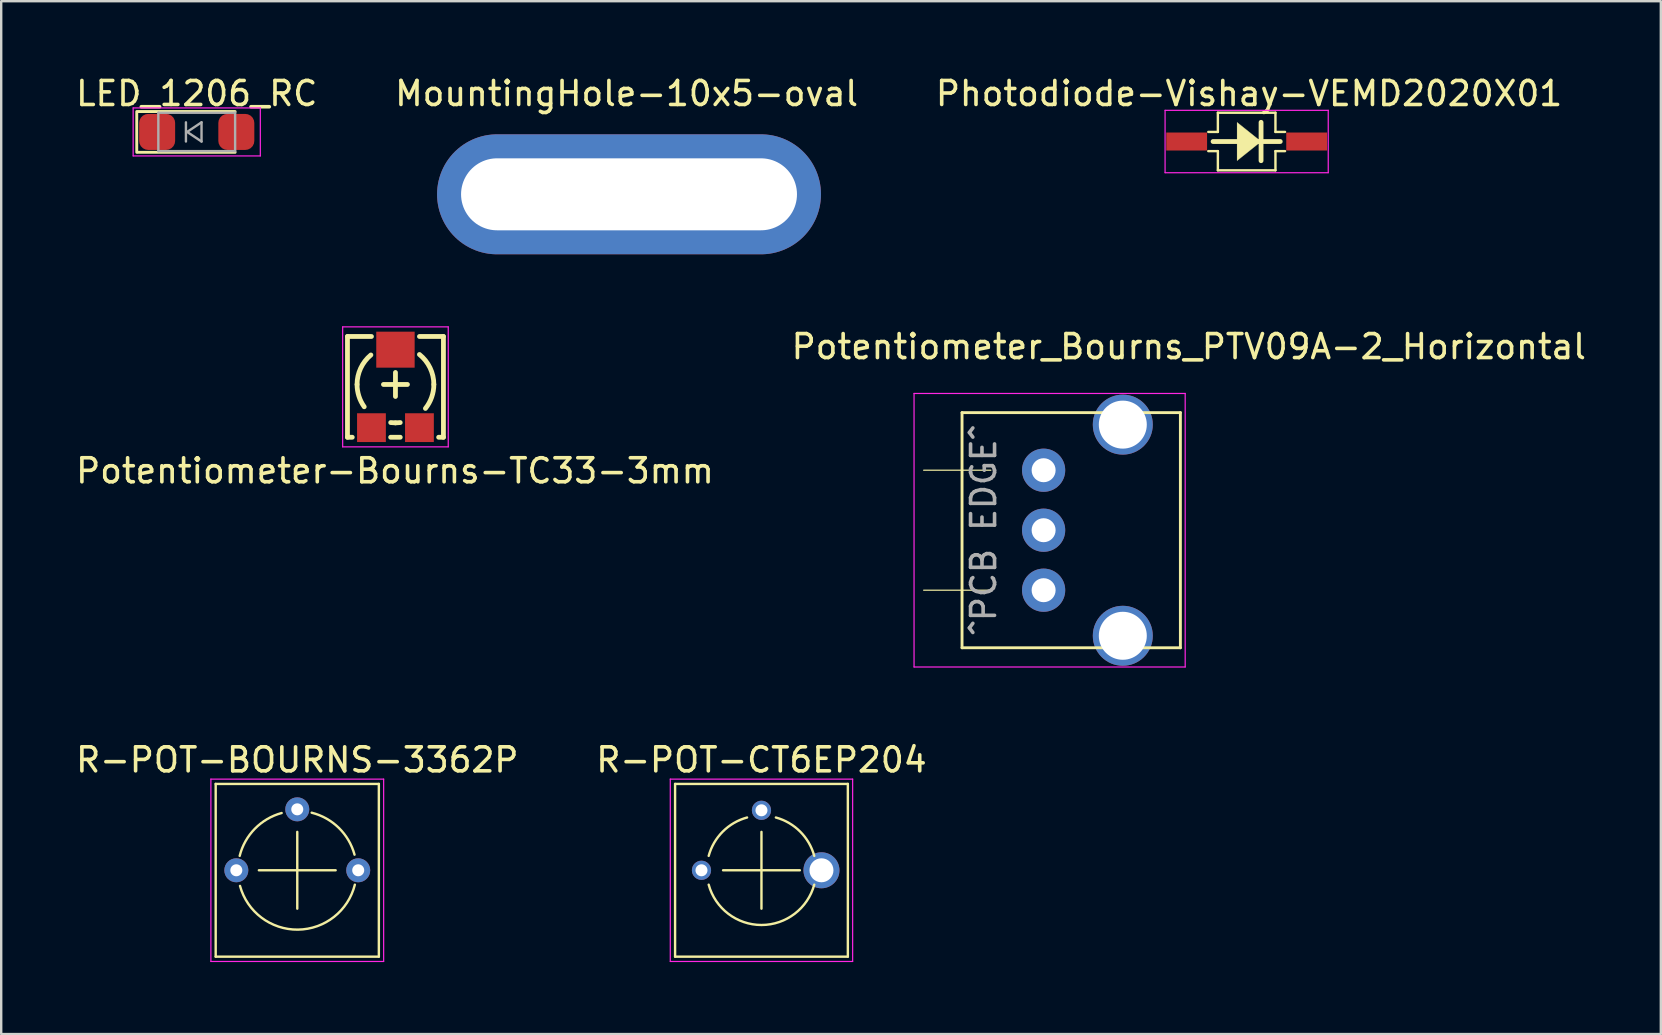
<source format=kicad_pcb>
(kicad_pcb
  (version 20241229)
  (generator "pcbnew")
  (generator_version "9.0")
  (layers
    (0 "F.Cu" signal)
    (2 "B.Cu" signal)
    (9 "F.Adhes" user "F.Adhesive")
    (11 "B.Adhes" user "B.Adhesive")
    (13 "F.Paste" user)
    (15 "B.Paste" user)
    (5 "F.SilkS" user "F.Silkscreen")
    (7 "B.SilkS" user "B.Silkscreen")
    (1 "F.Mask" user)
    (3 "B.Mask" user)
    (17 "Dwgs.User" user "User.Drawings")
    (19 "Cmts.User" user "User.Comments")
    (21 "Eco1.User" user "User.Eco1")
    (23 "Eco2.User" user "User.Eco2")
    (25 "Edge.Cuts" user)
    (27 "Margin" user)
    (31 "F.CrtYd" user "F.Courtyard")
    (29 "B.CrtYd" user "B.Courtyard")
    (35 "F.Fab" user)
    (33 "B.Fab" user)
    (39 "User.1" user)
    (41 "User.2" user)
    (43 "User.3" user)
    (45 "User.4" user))
  (footprint "MountingHole-10x5-oval"
    (layer "F.Cu")
    (at 23.065 5.048)
    (property "Reference" "MountingHole-10x5-oval" (at 0 -4.2 0) (layer "F.SilkS") (effects (font (size 1 1) (thickness 0.15))))
    (attr through_hole)
    (pad "" np_thru_hole oval (at 0.1 0) (size 16 5) (drill oval 14 3) (layers "*.Cu" "*.Mask")))
  (footprint "Photodiode-Vishay-VEMD2020X01"
    (layer "F.Cu")
    (at 48.906 2.848)
    (property "Reference" "Photodiode-Vishay-VEMD2020X01" (at 0.1 -2 0) (layer "F.SilkS") (effects (font (size 1 1) (thickness 0.15))))
    (attr through_hole)
    (fp_line (start -1.6 0.4) (end -1.2 0.4) (stroke (width 0.1) (type solid)) (layer "F.SilkS"))
    (fp_line (start -1.4 0) (end 1.4 0) (stroke (width 0.2) (type solid)) (layer "F.SilkS"))
    (fp_line (start -1.2 -1.2) (end -1.2 -0.4) (stroke (width 0.1) (type solid)) (layer "F.SilkS"))
    (fp_line (start -1.2 -0.4) (end -1.6 -0.4) (stroke (width 0.1) (type solid)) (layer "F.SilkS"))
    (fp_line (start -1.2 0.4) (end -1.2 1.2) (stroke (width 0.1) (type solid)) (layer "F.SilkS"))
    (fp_line (start -1.2 1.2) (end 1.2 1.2) (stroke (width 0.1) (type solid)) (layer "F.SilkS"))
    (fp_line (start 0.6 -0.8) (end 0.6 0.8) (stroke (width 0.2) (type solid)) (layer "F.SilkS"))
    (fp_line (start 1.2 -1.2) (end -1.2 -1.2) (stroke (width 0.1) (type solid)) (layer "F.SilkS"))
    (fp_line (start 1.2 -0.4) (end 1.2 -1.2) (stroke (width 0.1) (type solid)) (layer "F.SilkS"))
    (fp_line (start 1.2 0.4) (end 1.6 0.4) (stroke (width 0.1) (type solid)) (layer "F.SilkS"))
    (fp_line (start 1.2 1.2) (end 1.2 0.4) (stroke (width 0.1) (type solid)) (layer "F.SilkS"))
    (fp_line (start 1.6 -0.4) (end 1.2 -0.4) (stroke (width 0.1) (type solid)) (layer "F.SilkS"))
    (fp_poly (pts (xy 0.6 0) (xy -0.4 -0.8) (xy -0.4 0.8)) (stroke (width 0.01) (type solid)) (fill yes) (layer "F.SilkS"))
    (fp_line (start -3.4 -1.3) (end -3.4 1.3) (stroke (width 0.05) (type solid)) (layer "F.CrtYd"))
    (fp_line (start -3.4 1.3) (end 3.4 1.3) (stroke (width 0.05) (type solid)) (layer "F.CrtYd"))
    (fp_line (start 3.4 -1.3) (end -3.4 -1.3) (stroke (width 0.05) (type solid)) (layer "F.CrtYd"))
    (fp_line (start 3.4 1.3) (end 3.4 -1.3) (stroke (width 0.05) (type solid)) (layer "F.CrtYd"))
    (pad "1" smd rect (at 2.5 0) (size 1.7 0.75) (layers "F.Cu" "F.Mask" "F.Paste"))
    (pad "2" smd rect (at -2.5 0) (size 1.7 0.75) (layers "F.Cu" "F.Mask" "F.Paste")))
  (footprint "LED_1206_RC"
    (layer "F.Cu")
    (at 5.149 2.448)
    (property "Reference" "LED_1206_RC" (at 0 -1.6 0) (layer "F.SilkS") (effects (font (size 1 1) (thickness 0.15))))
    (attr smd)
    (fp_line (start -2.5 -0.85) (end -2.5 0.85) (stroke (width 0.12) (type solid)) (layer "F.SilkS"))
    (fp_line (start -2.45 -0.85) (end 1.6 -0.85) (stroke (width 0.12) (type solid)) (layer "F.SilkS"))
    (fp_line (start -2.45 0.85) (end 1.6 0.85) (stroke (width 0.12) (type solid)) (layer "F.SilkS"))
    (fp_line (start -2.65 -1) (end 2.65 -1) (stroke (width 0.05) (type solid)) (layer "F.CrtYd"))
    (fp_line (start -2.65 1) (end -2.65 -1) (stroke (width 0.05) (type solid)) (layer "F.CrtYd"))
    (fp_line (start 2.65 -1) (end 2.65 1) (stroke (width 0.05) (type solid)) (layer "F.CrtYd"))
    (fp_line (start 2.65 1) (end -2.65 1) (stroke (width 0.05) (type solid)) (layer "F.CrtYd"))
    (fp_line (start -1.6 -0.8) (end 1.6 -0.8) (stroke (width 0.1) (type solid)) (layer "F.Fab"))
    (fp_line (start -1.6 0.8) (end -1.6 -0.8) (stroke (width 0.1) (type solid)) (layer "F.Fab"))
    (fp_line (start -0.45 -0.4) (end -0.45 0.4) (stroke (width 0.1) (type solid)) (layer "F.Fab"))
    (fp_line (start -0.4 0) (end 0.2 -0.4) (stroke (width 0.1) (type solid)) (layer "F.Fab"))
    (fp_line (start 0.2 -0.4) (end 0.2 0.4) (stroke (width 0.1) (type solid)) (layer "F.Fab"))
    (fp_line (start 0.2 0.4) (end -0.4 0) (stroke (width 0.1) (type solid)) (layer "F.Fab"))
    (fp_line (start 1.6 -0.8) (end 1.6 0.8) (stroke (width 0.1) (type solid)) (layer "F.Fab"))
    (fp_line (start 1.6 0.8) (end -1.6 0.8) (stroke (width 0.1) (type solid)) (layer "F.Fab"))
    (pad "1" smd roundrect (at -1.65 0 180) (size 1.5 1.5) (layers "F.Cu" "F.Mask" "F.Paste") (roundrect_rratio 0.25))
    (pad "2" smd roundrect (at 1.65 0 180) (size 1.5 1.5) (layers "F.Cu" "F.Mask" "F.Paste") (roundrect_rratio 0.25)))
  (footprint "Potentiometer-Bourns-TC33-3mm"
    (layer "F.Cu")
    (at 13.431 12.973)
    (property "Reference" "Potentiometer-Bourns-TC33-3mm" (at -0.02 3.6 0) (layer "F.SilkS") (effects (font (size 1 1) (thickness 0.15))))
    (attr through_hole)
    (fp_line (start -2 -2) (end -2 2.2) (stroke (width 0.2) (type solid)) (layer "F.SilkS"))
    (fp_line (start -2 2.2) (end -1.8 2.2) (stroke (width 0.2) (type solid)) (layer "F.SilkS"))
    (fp_line (start -1 -2) (end -2 -2) (stroke (width 0.2) (type solid)) (layer "F.SilkS"))
    (fp_line (start 0 -0.5) (end 0 0.5) (stroke (width 0.2) (type solid)) (layer "F.SilkS"))
    (fp_line (start 0.2 2.2) (end -0.2 2.2) (stroke (width 0.2) (type solid)) (layer "F.SilkS"))
    (fp_line (start 0.5 0) (end -0.5 0) (stroke (width 0.2) (type solid)) (layer "F.SilkS"))
    (fp_line (start 2 -2) (end 1 -2) (stroke (width 0.2) (type solid)) (layer "F.SilkS"))
    (fp_line (start 2 2.2) (end 1.8 2.2) (stroke (width 0.2) (type solid)) (layer "F.SilkS"))
    (fp_line (start 2 2.2) (end 2 -2) (stroke (width 0.2) (type solid)) (layer "F.SilkS"))
    (fp_arc (start -1.6 0) (mid -1.448943 -0.678649) (end -1.024295 -1.229154) (stroke (width 0.2) (type solid)) (layer "F.SilkS"))
    (fp_arc (start -1.301974 0.929981) (mid -1.523673 0.488284) (end -1.6 0) (stroke (width 0.2) (type solid)) (layer "F.SilkS"))
    (fp_arc (start 0 1.6) (mid -0.09942 1.596908) (end -0.198456 1.587645) (stroke (width 0.2) (type solid)) (layer "F.SilkS"))
    (fp_arc (start 0.198456 1.587645) (mid 0.09942 1.596909) (end 0 1.6) (stroke (width 0.2) (type solid)) (layer "F.SilkS"))
    (fp_arc (start 0.999512 -1.24939) (mid 1.442085 -0.693102) (end 1.6 0) (stroke (width 0.2) (type solid)) (layer "F.SilkS"))
    (fp_arc (start 1.6 0) (mid 1.509805 0.529611) (end 1.24939 0.999512) (stroke (width 0.2) (type solid)) (layer "F.SilkS"))
    (fp_line (start -2.2 -2.4) (end -2.2 2.6) (stroke (width 0.05) (type solid)) (layer "F.CrtYd"))
    (fp_line (start -2.2 2.6) (end 2.2 2.6) (stroke (width 0.05) (type solid)) (layer "F.CrtYd"))
    (fp_line (start 2.2 -2.4) (end -2.2 -2.4) (stroke (width 0.05) (type solid)) (layer "F.CrtYd"))
    (fp_line (start 2.2 2.6) (end 2.2 -2.4) (stroke (width 0.05) (type solid)) (layer "F.CrtYd"))
    (pad "1" smd rect (at -1 1.8) (size 1.2 1.2) (layers "F.Cu" "F.Mask" "F.Paste"))
    (pad "2" smd rect (at 0 -1.45) (size 1.6 1.5) (layers "F.Cu" "F.Mask" "F.Paste"))
    (pad "3" smd rect (at 1 1.8) (size 1.2 1.2) (layers "F.Cu" "F.Mask" "F.Paste")))
  (footprint "Potentiometer_Bourns_PTV09A-2_Horizontal"
    (layer "F.Cu")
    (at 40.444 21.547)
    (property "Reference" "Potentiometer_Bourns_PTV09A-2_Horizontal" (at 6.05 -10.15 0) (layer "F.SilkS") (effects (font (size 1 1) (thickness 0.15))))
    (attr through_hole)
    (fp_line (start -5 -5) (end -2.2 -5) (stroke (width 0.05) (type solid)) (layer "F.SilkS"))
    (fp_line (start -5 0) (end -2.2 0) (stroke (width 0.05) (type solid)) (layer "F.SilkS"))
    (fp_line (start -3.4 -7.4) (end -3.4 2.4) (stroke (width 0.12) (type solid)) (layer "F.SilkS"))
    (fp_line (start -3.4 -7.4) (end 5.7 -7.4) (stroke (width 0.12) (type solid)) (layer "F.SilkS"))
    (fp_line (start -3.4 2.4) (end 5.7 2.4) (stroke (width 0.12) (type solid)) (layer "F.SilkS"))
    (fp_line (start 5.7 -7.4) (end 5.7 2.4) (stroke (width 0.12) (type solid)) (layer "F.SilkS"))
    (fp_line (start -5.4 -8.2) (end -5.4 3.2) (stroke (width 0.05) (type solid)) (layer "F.CrtYd"))
    (fp_line (start -5.4 3.2) (end 5.9 3.2) (stroke (width 0.05) (type solid)) (layer "F.CrtYd"))
    (fp_line (start 5.9 -8.2) (end -5.4 -8.2) (stroke (width 0.05) (type solid)) (layer "F.CrtYd"))
    (fp_line (start 5.9 3.2) (end 5.9 -8.2) (stroke (width 0.05) (type solid)) (layer "F.CrtYd"))
    (fp_text user "^PCB EDGE^" (at -2.5 -2.5 90) (layer "F.Fab") (effects (font (size 1 1) (thickness 0.15))))
    (pad "" np_thru_hole circle (at 3.3 -6.9) (size 2.5 2.5) (drill 2) (layers "*.Cu" "*.Mask"))
    (pad "" np_thru_hole oval (at 3.3 1.9) (size 2.5 2.5) (drill 2) (layers "*.Cu" "*.Mask"))
    (pad "1" thru_hole circle (at 0 0) (size 1.8 1.8) (drill 1) (layers "*.Cu" "*.Mask"))
    (pad "2" thru_hole circle (at 0 -2.5) (size 1.8 1.8) (drill 1) (layers "*.Cu" "*.Mask"))
    (pad "3" thru_hole circle (at 0 -5) (size 1.8 1.8) (drill 1) (layers "*.Cu" "*.Mask")))
  (footprint "R-POT-CT6EP204"
    (layer "F.Cu")
    (at 28.685 33.22)
    (property "Reference" "R-POT-CT6EP204" (at 0 -4.6 0) (layer "F.SilkS") (effects (font (size 1 1) (thickness 0.15))))
    (attr through_hole)
    (fp_line (start -3.6 -3.6) (end -3.6 3.6) (stroke (width 0.1) (type solid)) (layer "F.SilkS"))
    (fp_line (start -3.6 3.6) (end 3.6 3.6) (stroke (width 0.1) (type solid)) (layer "F.SilkS"))
    (fp_line (start -1.6 0) (end 1.6 0) (stroke (width 0.1) (type solid)) (layer "F.SilkS"))
    (fp_line (start 0 -1.6) (end 0 1.6) (stroke (width 0.1) (type solid)) (layer "F.SilkS"))
    (fp_line (start 3.6 -3.6) (end -3.6 -3.6) (stroke (width 0.1) (type solid)) (layer "F.SilkS"))
    (fp_line (start 3.6 3.6) (end 3.6 -3.6) (stroke (width 0.1) (type solid)) (layer "F.SilkS"))
    (fp_arc (start -2.199999 -0.6) (mid -1.612451 -1.612451) (end -0.6 -2.2) (stroke (width 0.1) (type solid)) (layer "F.SilkS"))
    (fp_arc (start 0.599999 -2.199999) (mid 1.61245 -1.612451) (end 2.199999 -0.6) (stroke (width 0.1) (type solid)) (layer "F.SilkS"))
    (fp_arc (start 2.2 0.6) (mid 0 2.28035) (end -2.2 0.6) (stroke (width 0.1) (type solid)) (layer "F.SilkS"))
    (fp_line (start -3.8 -3.8) (end -3.8 3.8) (stroke (width 0.05) (type solid)) (layer "F.CrtYd"))
    (fp_line (start -3.8 3.8) (end 3.8 3.8) (stroke (width 0.05) (type solid)) (layer "F.CrtYd"))
    (fp_line (start 3.8 -3.8) (end -3.8 -3.8) (stroke (width 0.05) (type solid)) (layer "F.CrtYd"))
    (fp_line (start 3.8 3.8) (end 3.8 -3.8) (stroke (width 0.05) (type solid)) (layer "F.CrtYd"))
    (pad "1" thru_hole circle (at 2.5 0) (size 1.5 1.5) (drill 1) (layers "*.Cu" "*.Mask"))
    (pad "2" thru_hole circle (at 0 -2.5) (size 0.8 0.8) (drill 0.5) (layers "*.Cu" "*.Mask"))
    (pad "3" thru_hole circle (at -2.5 0) (size 0.8 0.8) (drill 0.5) (layers "*.Cu" "*.Mask")))
  (footprint "R-POT-BOURNS-3362P"
    (layer "F.Cu")
    (at 9.339 33.22)
    (property "Reference" "R-POT-BOURNS-3362P" (at 0 -4.6 0) (layer "F.SilkS") (effects (font (size 1 1) (thickness 0.15))))
    (attr through_hole)
    (fp_line (start -3.4 -3.6) (end -3.4 3.6) (stroke (width 0.1) (type solid)) (layer "F.SilkS"))
    (fp_line (start -3.4 3.6) (end 3.4 3.6) (stroke (width 0.1) (type solid)) (layer "F.SilkS"))
    (fp_line (start -1.6 0) (end 1.6 0) (stroke (width 0.1) (type solid)) (layer "F.SilkS"))
    (fp_line (start 0 -1.6) (end 0 1.6) (stroke (width 0.1) (type solid)) (layer "F.SilkS"))
    (fp_line (start 3.4 -3.6) (end -3.4 -3.6) (stroke (width 0.1) (type solid)) (layer "F.SilkS"))
    (fp_line (start 3.4 3.6) (end 3.4 -3.6) (stroke (width 0.1) (type solid)) (layer "F.SilkS"))
    (fp_arc (start -2.4 -0.6) (mid -1.767793 -1.730581) (end -0.650916 -2.386695) (stroke (width 0.1) (type solid)) (layer "F.SilkS"))
    (fp_arc (start 0.6 -2.4) (mid 1.730581 -1.767793) (end 2.386694 -0.650916) (stroke (width 0.1) (type solid)) (layer "F.SilkS"))
    (fp_arc (start 2.4 0.6) (mid 0.026313 2.473723) (end -2.386694 0.650917) (stroke (width 0.1) (type solid)) (layer "F.SilkS"))
    (fp_line (start -3.6 -3.8) (end -3.6 3.8) (stroke (width 0.05) (type solid)) (layer "F.CrtYd"))
    (fp_line (start -3.6 3.8) (end 3.6 3.8) (stroke (width 0.05) (type solid)) (layer "F.CrtYd"))
    (fp_line (start 3.6 -3.8) (end -3.6 -3.8) (stroke (width 0.05) (type solid)) (layer "F.CrtYd"))
    (fp_line (start 3.6 3.8) (end 3.6 -3.8) (stroke (width 0.05) (type solid)) (layer "F.CrtYd"))
    (pad "1" thru_hole circle (at -2.54 0) (size 1 1) (drill 0.5) (layers "*.Cu" "*.Mask"))
    (pad "2" thru_hole circle (at 0 -2.54) (size 1 1) (drill 0.5) (layers "*.Cu" "*.Mask"))
    (pad "3" thru_hole circle (at 2.54 0) (size 1 1) (drill 0.5) (layers "*.Cu" "*.Mask")))
  (gr_rect
    (start -3 -3)
    (end 66.167 40.045)
    (stroke (width 0.1) (type default))
    (fill no)
    (layer "Edge.Cuts")))
</source>
